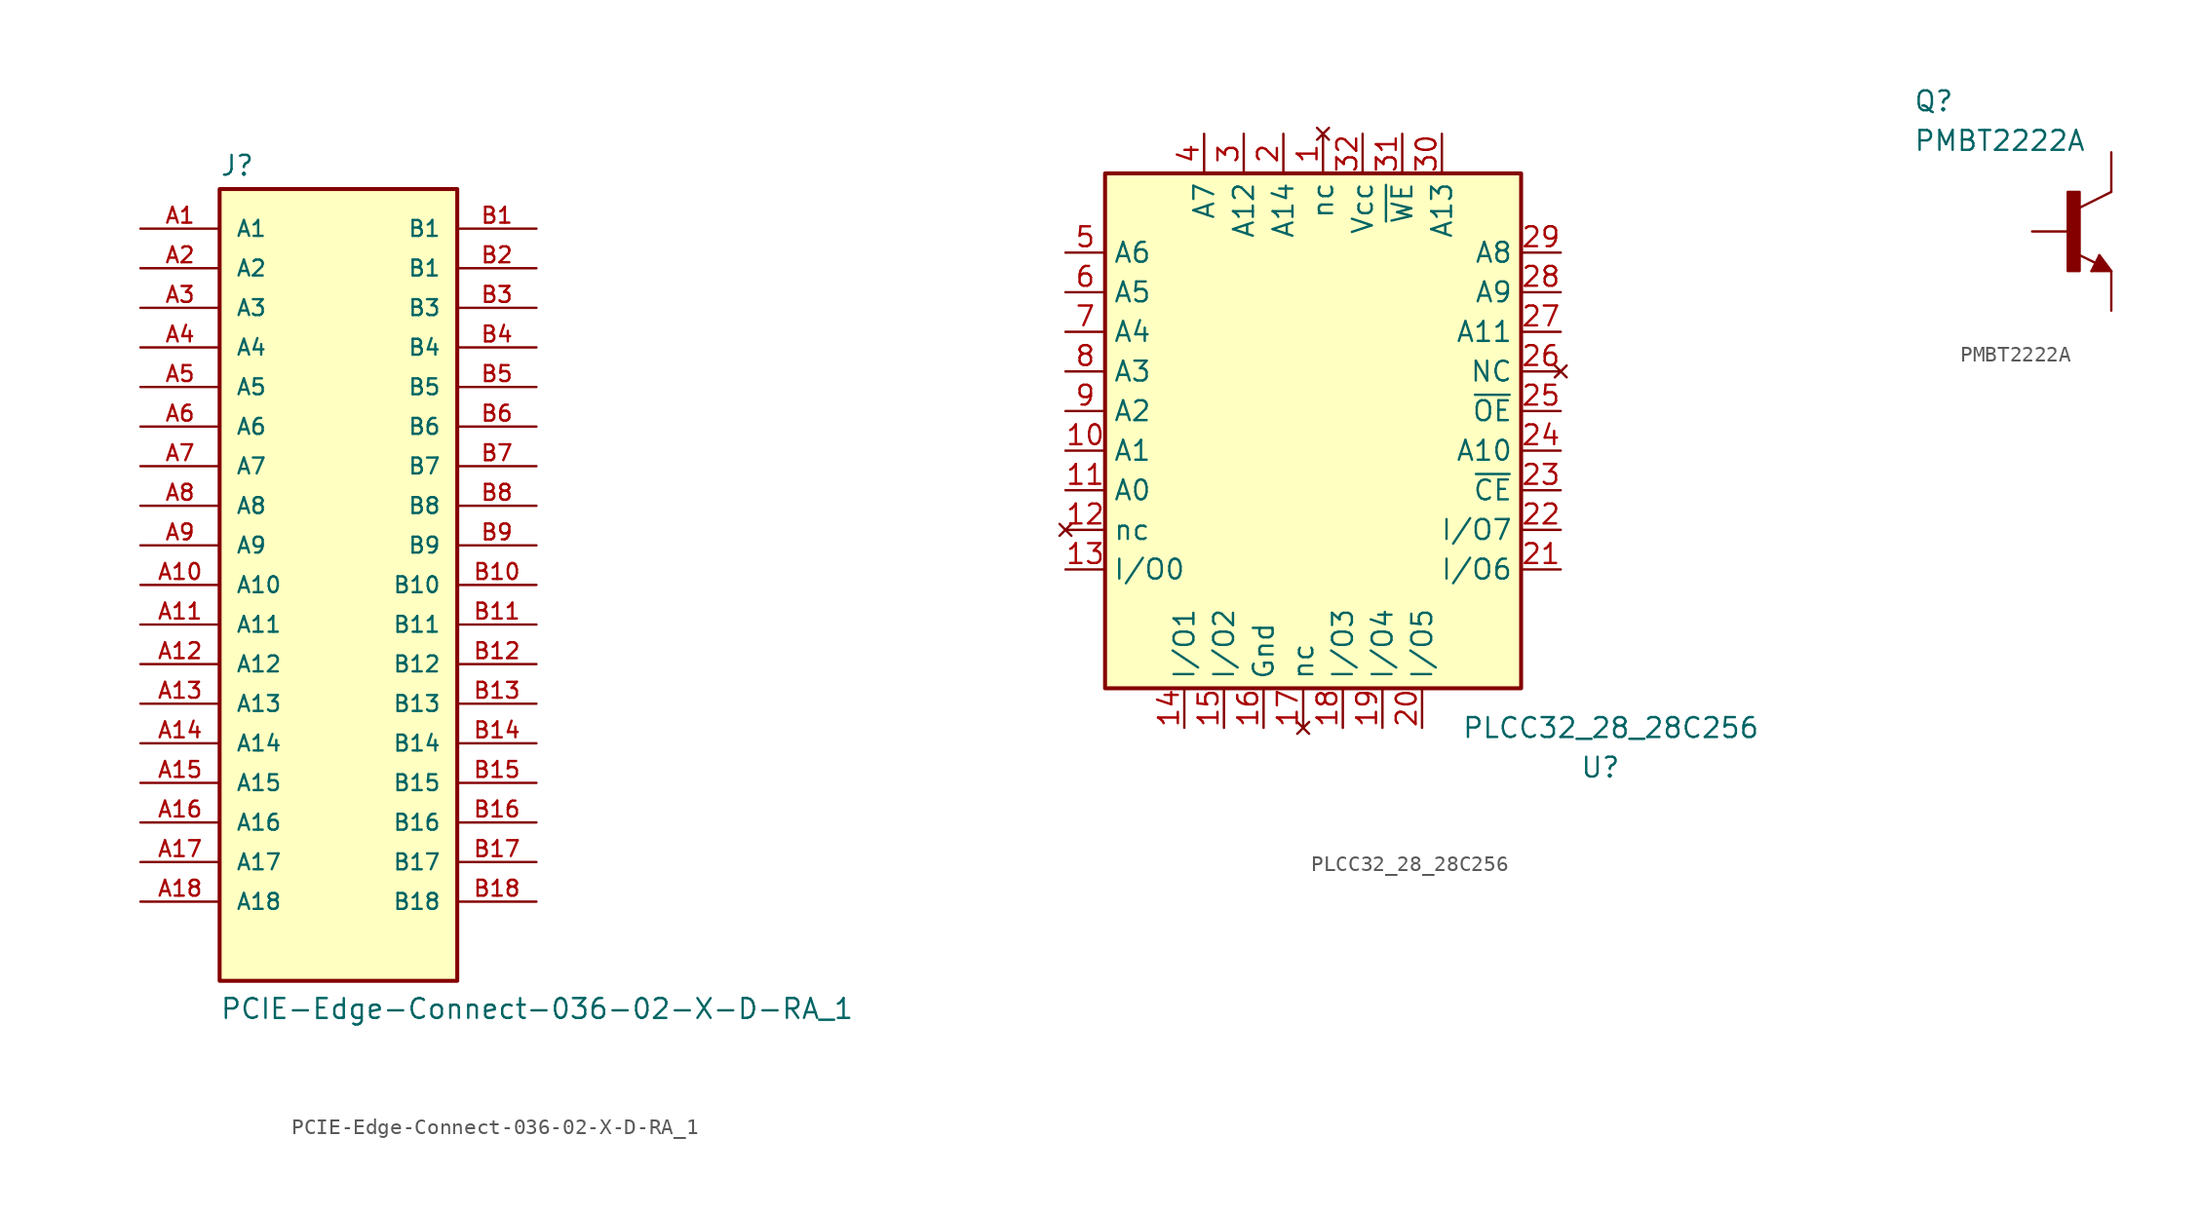
<source format=kicad_sym>
(kicad_symbol_lib
  (version 20211014)
  (generator kicad_symbol_editor)
  (symbol "PCIE-Edge-Connect-036-02-X-D-RA_1"
    (pin_names
      (offset 1.016))
    (property "Reference" "J"
      (at -7.62 26.162 0)
      (effects (font (size 1.27 1.27)) (justify left bottom)))
    (property "Value" "PCIE-Edge-Connect-036-02-X-D-RA_1"
      (at -7.62 -27.94 0)
      (effects (font (size 1.27 1.27)) (justify left bottom)))
    (symbol "PCIE-Edge-Connect-036-02-X-D-RA_1_0_0"
      (rectangle (start -7.62 -25.4) (end 7.62 25.4) (stroke (width 0.254) (type default) (color 0 0 0 0)) (fill (type background)))
      (pin passive line (at -12.7 22.86 0) (length 5.08) (name "A1" (effects (font (size 1.016 1.016)))) (number "A1" (effects (font (size 1.016 1.016)))))
      (pin passive line (at -12.7 0 0) (length 5.08) (name "A10" (effects (font (size 1.016 1.016)))) (number "A10" (effects (font (size 1.016 1.016)))))
      (pin passive line (at -12.7 -2.54 0) (length 5.08) (name "A11" (effects (font (size 1.016 1.016)))) (number "A11" (effects (font (size 1.016 1.016)))))
      (pin passive line (at -12.7 -5.08 0) (length 5.08) (name "A12" (effects (font (size 1.016 1.016)))) (number "A12" (effects (font (size 1.016 1.016)))))
      (pin passive line (at -12.7 -7.62 0) (length 5.08) (name "A13" (effects (font (size 1.016 1.016)))) (number "A13" (effects (font (size 1.016 1.016)))))
      (pin passive line (at -12.7 -10.16 0) (length 5.08) (name "A14" (effects (font (size 1.016 1.016)))) (number "A14" (effects (font (size 1.016 1.016)))))
      (pin passive line (at -12.7 -12.7 0) (length 5.08) (name "A15" (effects (font (size 1.016 1.016)))) (number "A15" (effects (font (size 1.016 1.016)))))
      (pin passive line (at -12.7 -15.24 0) (length 5.08) (name "A16" (effects (font (size 1.016 1.016)))) (number "A16" (effects (font (size 1.016 1.016)))))
      (pin passive line (at -12.7 -17.78 0) (length 5.08) (name "A17" (effects (font (size 1.016 1.016)))) (number "A17" (effects (font (size 1.016 1.016)))))
      (pin passive line (at -12.7 -20.32 0) (length 5.08) (name "A18" (effects (font (size 1.016 1.016)))) (number "A18" (effects (font (size 1.016 1.016)))))
      (pin passive line (at -12.7 20.32 0) (length 5.08) (name "A2" (effects (font (size 1.016 1.016)))) (number "A2" (effects (font (size 1.016 1.016)))))
      (pin passive line (at -12.7 17.78 0) (length 5.08) (name "A3" (effects (font (size 1.016 1.016)))) (number "A3" (effects (font (size 1.016 1.016)))))
      (pin passive line (at -12.7 15.24 0) (length 5.08) (name "A4" (effects (font (size 1.016 1.016)))) (number "A4" (effects (font (size 1.016 1.016)))))
      (pin passive line (at -12.7 12.7 0) (length 5.08) (name "A5" (effects (font (size 1.016 1.016)))) (number "A5" (effects (font (size 1.016 1.016)))))
      (pin passive line (at -12.7 10.16 0) (length 5.08) (name "A6" (effects (font (size 1.016 1.016)))) (number "A6" (effects (font (size 1.016 1.016)))))
      (pin passive line (at -12.7 7.62 0) (length 5.08) (name "A7" (effects (font (size 1.016 1.016)))) (number "A7" (effects (font (size 1.016 1.016)))))
      (pin passive line (at -12.7 5.08 0) (length 5.08) (name "A8" (effects (font (size 1.016 1.016)))) (number "A8" (effects (font (size 1.016 1.016)))))
      (pin passive line (at -12.7 2.54 0) (length 5.08) (name "A9" (effects (font (size 1.016 1.016)))) (number "A9" (effects (font (size 1.016 1.016)))))
      (pin passive line (at 12.7 22.86 180) (length 5.08) (name "B1" (effects (font (size 1.016 1.016)))) (number "B1" (effects (font (size 1.016 1.016)))))
      (pin passive line (at 12.7 0 180) (length 5.08) (name "B10" (effects (font (size 1.016 1.016)))) (number "B10" (effects (font (size 1.016 1.016)))))
      (pin passive line (at 12.7 -2.54 180) (length 5.08) (name "B11" (effects (font (size 1.016 1.016)))) (number "B11" (effects (font (size 1.016 1.016)))))
      (pin passive line (at 12.7 -5.08 180) (length 5.08) (name "B12" (effects (font (size 1.016 1.016)))) (number "B12" (effects (font (size 1.016 1.016)))))
      (pin passive line (at 12.7 -7.62 180) (length 5.08) (name "B13" (effects (font (size 1.016 1.016)))) (number "B13" (effects (font (size 1.016 1.016)))))
      (pin passive line (at 12.7 -10.16 180) (length 5.08) (name "B14" (effects (font (size 1.016 1.016)))) (number "B14" (effects (font (size 1.016 1.016)))))
      (pin passive line (at 12.7 -12.7 180) (length 5.08) (name "B15" (effects (font (size 1.016 1.016)))) (number "B15" (effects (font (size 1.016 1.016)))))
      (pin passive line (at 12.7 -15.24 180) (length 5.08) (name "B16" (effects (font (size 1.016 1.016)))) (number "B16" (effects (font (size 1.016 1.016)))))
      (pin passive line (at 12.7 -17.78 180) (length 5.08) (name "B17" (effects (font (size 1.016 1.016)))) (number "B17" (effects (font (size 1.016 1.016)))))
      (pin passive line (at 12.7 -20.32 180) (length 5.08) (name "B18" (effects (font (size 1.016 1.016)))) (number "B18" (effects (font (size 1.016 1.016)))))
      (pin passive line (at 12.7 20.32 180) (length 5.08) (name "B1" (effects (font (size 1.016 1.016)))) (number "B2" (effects (font (size 1.016 1.016)))))
      (pin passive line (at 12.7 17.78 180) (length 5.08) (name "B3" (effects (font (size 1.016 1.016)))) (number "B3" (effects (font (size 1.016 1.016)))))
      (pin passive line (at 12.7 15.24 180) (length 5.08) (name "B4" (effects (font (size 1.016 1.016)))) (number "B4" (effects (font (size 1.016 1.016)))))
      (pin passive line (at 12.7 12.7 180) (length 5.08) (name "B5" (effects (font (size 1.016 1.016)))) (number "B5" (effects (font (size 1.016 1.016)))))
      (pin passive line (at 12.7 10.16 180) (length 5.08) (name "B6" (effects (font (size 1.016 1.016)))) (number "B6" (effects (font (size 1.016 1.016)))))
      (pin passive line (at 12.7 7.62 180) (length 5.08) (name "B7" (effects (font (size 1.016 1.016)))) (number "B7" (effects (font (size 1.016 1.016)))))
      (pin passive line (at 12.7 5.08 180) (length 5.08) (name "B8" (effects (font (size 1.016 1.016)))) (number "B8" (effects (font (size 1.016 1.016)))))
      (pin passive line (at 12.7 2.54 180) (length 5.08) (name "B9" (effects (font (size 1.016 1.016)))) (number "B9" (effects (font (size 1.016 1.016)))))))
  (symbol "PLCC32_28_28C256"
    (property "Reference" "U"
      (at 19.05 -22.86 0)
      (effects (font (size 1.27 1.27))))
    (property "Value" "PLCC32_28_28C256"
      (at 10.16 -20.32 0)
      (effects (font (size 1.27 1.27)) (justify left)))
    (symbol "PLCC32_28_28C256_1_1"
      (rectangle (start -12.7 15.24) (end 13.97 -17.78) (stroke (width 0.254) (type default) (color 0 0 0 0)) (fill (type background)))
      (pin no_connect line (at 1.27 17.78 270) (length 2.54) (name "nc" (effects (font (size 1.27 1.27)))) (number "1" (effects (font (size 1.27 1.27)))))
      (pin input line (at -15.24 -2.54 0) (length 2.54) (name "A1" (effects (font (size 1.27 1.27)))) (number "10" (effects (font (size 1.27 1.27)))))
      (pin input line (at -15.24 -5.08 0) (length 2.54) (name "A0" (effects (font (size 1.27 1.27)))) (number "11" (effects (font (size 1.27 1.27)))))
      (pin no_connect line (at -15.24 -7.62 0) (length 2.54) (name "nc" (effects (font (size 1.27 1.27)))) (number "12" (effects (font (size 1.27 1.27)))))
      (pin bidirectional line (at -15.24 -10.16 0) (length 2.54) (name "I/O0" (effects (font (size 1.27 1.27)))) (number "13" (effects (font (size 1.27 1.27)))))
      (pin bidirectional line (at -7.62 -20.32 90) (length 2.54) (name "I/O1" (effects (font (size 1.27 1.27)))) (number "14" (effects (font (size 1.27 1.27)))))
      (pin bidirectional line (at -5.08 -20.32 90) (length 2.54) (name "I/O2" (effects (font (size 1.27 1.27)))) (number "15" (effects (font (size 1.27 1.27)))))
      (pin power_in line (at -2.54 -20.32 90) (length 2.54) (name "Gnd" (effects (font (size 1.27 1.27)))) (number "16" (effects (font (size 1.27 1.27)))))
      (pin no_connect line (at 0 -20.32 90) (length 2.54) (name "nc" (effects (font (size 1.27 1.27)))) (number "17" (effects (font (size 1.27 1.27)))))
      (pin bidirectional line (at 2.54 -20.32 90) (length 2.54) (name "I/O3" (effects (font (size 1.27 1.27)))) (number "18" (effects (font (size 1.27 1.27)))))
      (pin bidirectional line (at 5.08 -20.32 90) (length 2.54) (name "I/O4" (effects (font (size 1.27 1.27)))) (number "19" (effects (font (size 1.27 1.27)))))
      (pin input line (at -1.27 17.78 270) (length 2.54) (name "A14" (effects (font (size 1.27 1.27)))) (number "2" (effects (font (size 1.27 1.27)))))
      (pin bidirectional line (at 7.62 -20.32 90) (length 2.54) (name "I/O5" (effects (font (size 1.27 1.27)))) (number "20" (effects (font (size 1.27 1.27)))))
      (pin bidirectional line (at 16.51 -10.16 180) (length 2.54) (name "I/O6" (effects (font (size 1.27 1.27)))) (number "21" (effects (font (size 1.27 1.27)))))
      (pin bidirectional line (at 16.51 -7.62 180) (length 2.54) (name "I/O7" (effects (font (size 1.27 1.27)))) (number "22" (effects (font (size 1.27 1.27)))))
      (pin input line (at 16.51 -5.08 180) (length 2.54) (name "~{CE}" (effects (font (size 1.27 1.27)))) (number "23" (effects (font (size 1.27 1.27)))))
      (pin input line (at 16.51 -2.54 180) (length 2.54) (name "A10" (effects (font (size 1.27 1.27)))) (number "24" (effects (font (size 1.27 1.27)))))
      (pin input line (at 16.51 0 180) (length 2.54) (name "~{OE}" (effects (font (size 1.27 1.27)))) (number "25" (effects (font (size 1.27 1.27)))))
      (pin no_connect line (at 16.51 2.54 180) (length 2.54) (name "NC" (effects (font (size 1.27 1.27)))) (number "26" (effects (font (size 1.27 1.27)))))
      (pin input line (at 16.51 5.08 180) (length 2.54) (name "A11" (effects (font (size 1.27 1.27)))) (number "27" (effects (font (size 1.27 1.27)))))
      (pin input line (at 16.51 7.62 180) (length 2.54) (name "A9" (effects (font (size 1.27 1.27)))) (number "28" (effects (font (size 1.27 1.27)))))
      (pin input line (at 16.51 10.16 180) (length 2.54) (name "A8" (effects (font (size 1.27 1.27)))) (number "29" (effects (font (size 1.27 1.27)))))
      (pin input line (at -3.81 17.78 270) (length 2.54) (name "A12" (effects (font (size 1.27 1.27)))) (number "3" (effects (font (size 1.27 1.27)))))
      (pin input line (at 8.89 17.78 270) (length 2.54) (name "A13" (effects (font (size 1.27 1.27)))) (number "30" (effects (font (size 1.27 1.27)))))
      (pin input line (at 6.35 17.78 270) (length 2.54) (name "~{WE}" (effects (font (size 1.27 1.27)))) (number "31" (effects (font (size 1.27 1.27)))))
      (pin power_in line (at 3.81 17.78 270) (length 2.54) (name "Vcc" (effects (font (size 1.27 1.27)))) (number "32" (effects (font (size 1.27 1.27)))))
      (pin input line (at -6.35 17.78 270) (length 2.54) (name "A7" (effects (font (size 1.27 1.27)))) (number "4" (effects (font (size 1.27 1.27)))))
      (pin input line (at -15.24 10.16 0) (length 2.54) (name "A6" (effects (font (size 1.27 1.27)))) (number "5" (effects (font (size 1.27 1.27)))))
      (pin input line (at -15.24 7.62 0) (length 2.54) (name "A5" (effects (font (size 1.27 1.27)))) (number "6" (effects (font (size 1.27 1.27)))))
      (pin input line (at -15.24 5.08 0) (length 2.54) (name "A4" (effects (font (size 1.27 1.27)))) (number "7" (effects (font (size 1.27 1.27)))))
      (pin input line (at -15.24 2.54 0) (length 2.54) (name "A3" (effects (font (size 1.27 1.27)))) (number "8" (effects (font (size 1.27 1.27)))))
      (pin input line (at -15.24 0 0) (length 2.54) (name "A2" (effects (font (size 1.27 1.27)))) (number "9" (effects (font (size 1.27 1.27)))))))
  (symbol "PMBT2222A"
    (pin_numbers hide)
    (pin_names
      (offset 1.016) hide)
    (property "Reference" "Q"
      (at -10.16 7.62 0)
      (effects (font (size 1.27 1.27)) (justify left bottom)))
    (property "Value" "PMBT2222A"
      (at -10.16 5.08 0)
      (effects (font (size 1.27 1.27)) (justify left bottom)))
    (symbol "PMBT2222A_0_0"
      (rectangle (start -0.254 -2.54) (end 0.508 2.54) (stroke (width 0) (type default) (color 0 0 0 0)) (fill (type outline)))
      (polyline (pts (xy 1.27 -2.54) (xy 1.778 -1.524)) (stroke (width 0.152) (type default) (color 0 0 0 0)) (fill (type none)))
      (polyline (pts (xy 1.524 -2.413) (xy 2.286 -2.413)) (stroke (width 0.254) (type default) (color 0 0 0 0)) (fill (type none)))
      (polyline (pts (xy 1.524 -2.286) (xy 1.905 -2.286)) (stroke (width 0.254) (type default) (color 0 0 0 0)) (fill (type none)))
      (polyline (pts (xy 1.549 -2.032) (xy 0.305 -1.422)) (stroke (width 0.152) (type default) (color 0 0 0 0)) (fill (type none)))
      (polyline (pts (xy 1.778 -1.778) (xy 1.524 -2.286)) (stroke (width 0.254) (type default) (color 0 0 0 0)) (fill (type none)))
      (polyline (pts (xy 1.778 -1.524) (xy 2.54 -2.54)) (stroke (width 0.152) (type default) (color 0 0 0 0)) (fill (type none)))
      (polyline (pts (xy 1.905 -2.286) (xy 1.778 -2.032)) (stroke (width 0.254) (type default) (color 0 0 0 0)) (fill (type none)))
      (polyline (pts (xy 2.286 -2.413) (xy 1.778 -1.778)) (stroke (width 0.254) (type default) (color 0 0 0 0)) (fill (type none)))
      (polyline (pts (xy 2.54 -2.54) (xy 1.27 -2.54)) (stroke (width 0.152) (type default) (color 0 0 0 0)) (fill (type none)))
      (polyline (pts (xy 2.54 2.54) (xy 0.508 1.524)) (stroke (width 0.152) (type default) (color 0 0 0 0)) (fill (type none)))
      (pin passive line (at -2.54 0 0) (length 2.54) (name "~" (effects (font (size 1.016 1.016)))) (number "B" (effects (font (size 1.016 1.016)))))
      (pin passive line (at 2.54 5.08 270) (length 2.54) (name "~" (effects (font (size 1.016 1.016)))) (number "C" (effects (font (size 1.016 1.016)))))
      (pin passive line (at 2.54 -5.08 90) (length 2.54) (name "~" (effects (font (size 1.016 1.016)))) (number "E" (effects (font (size 1.016 1.016))))))))
</source>
